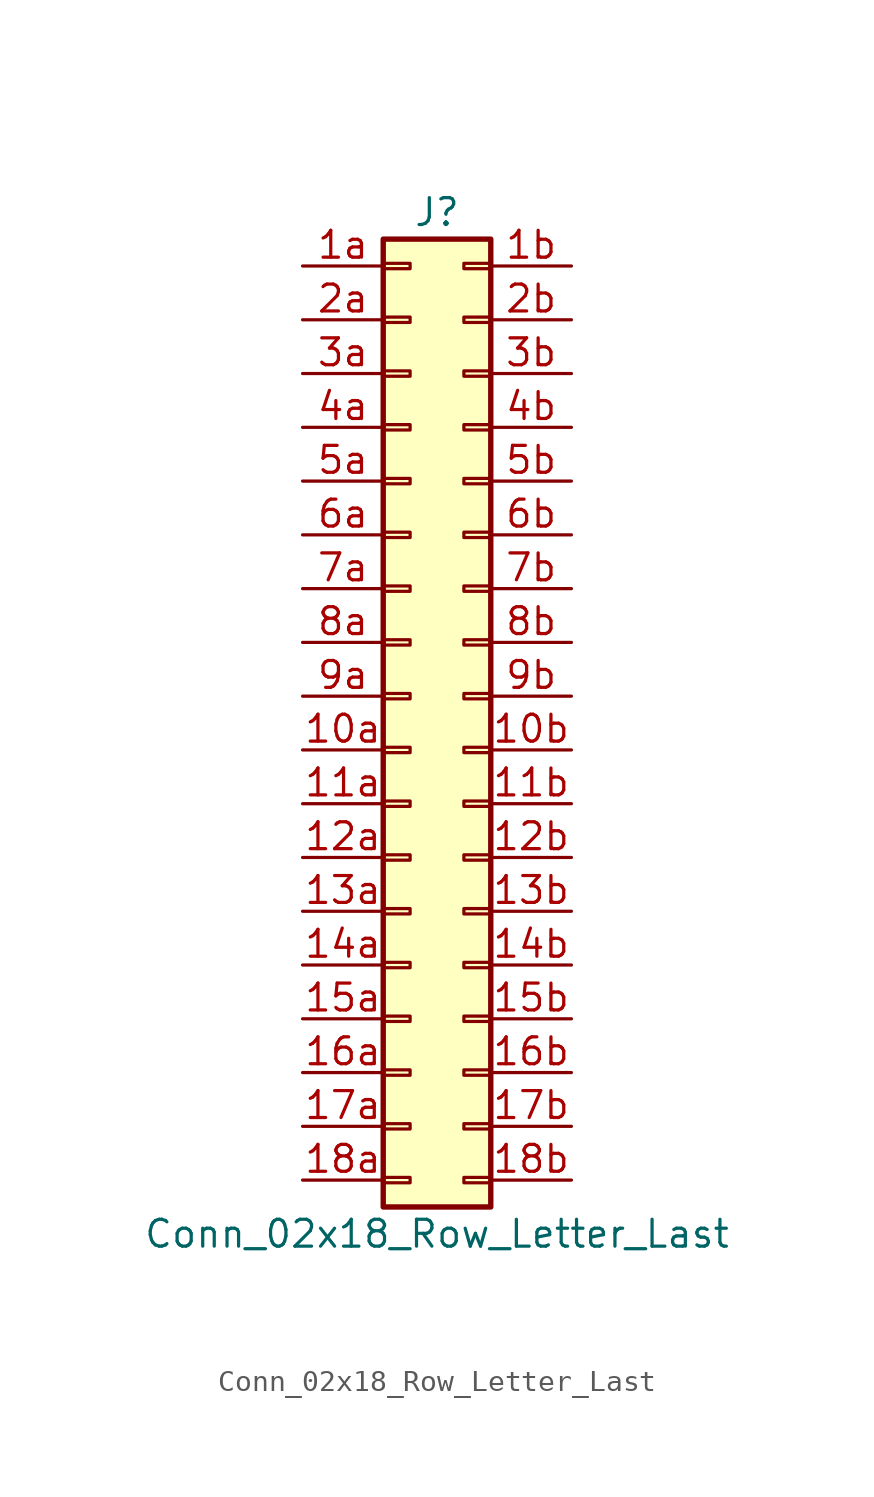
<source format=kicad_sym>
(kicad_symbol_lib
  (version 20211014)
  (generator kicad_symbol_editor)
  (symbol "Conn_02x18_Row_Letter_Last"
    (pin_names
      (offset 1.016) hide)
    (property "Reference" "J"
      (at 1.27 22.86 0)
      (effects (font (size 1.27 1.27))))
    (property "Value" "Conn_02x18_Row_Letter_Last"
      (at 1.27 -25.4 0)
      (effects (font (size 1.27 1.27))))
    (symbol "Conn_02x18_Row_Letter_Last_1_1"
      (rectangle (start -1.27 -22.733) (end 0 -22.987) (stroke (width 0.152) (type default) (color 0 0 0 0)) (fill (type none)))
      (rectangle (start -1.27 -20.193) (end 0 -20.447) (stroke (width 0.152) (type default) (color 0 0 0 0)) (fill (type none)))
      (rectangle (start -1.27 -17.653) (end 0 -17.907) (stroke (width 0.152) (type default) (color 0 0 0 0)) (fill (type none)))
      (rectangle (start -1.27 -15.113) (end 0 -15.367) (stroke (width 0.152) (type default) (color 0 0 0 0)) (fill (type none)))
      (rectangle (start -1.27 -12.573) (end 0 -12.827) (stroke (width 0.152) (type default) (color 0 0 0 0)) (fill (type none)))
      (rectangle (start -1.27 -10.033) (end 0 -10.287) (stroke (width 0.152) (type default) (color 0 0 0 0)) (fill (type none)))
      (rectangle (start -1.27 -7.493) (end 0 -7.747) (stroke (width 0.152) (type default) (color 0 0 0 0)) (fill (type none)))
      (rectangle (start -1.27 -4.953) (end 0 -5.207) (stroke (width 0.152) (type default) (color 0 0 0 0)) (fill (type none)))
      (rectangle (start -1.27 -2.413) (end 0 -2.667) (stroke (width 0.152) (type default) (color 0 0 0 0)) (fill (type none)))
      (rectangle (start -1.27 0.127) (end 0 -0.127) (stroke (width 0.152) (type default) (color 0 0 0 0)) (fill (type none)))
      (rectangle (start -1.27 2.667) (end 0 2.413) (stroke (width 0.152) (type default) (color 0 0 0 0)) (fill (type none)))
      (rectangle (start -1.27 5.207) (end 0 4.953) (stroke (width 0.152) (type default) (color 0 0 0 0)) (fill (type none)))
      (rectangle (start -1.27 7.747) (end 0 7.493) (stroke (width 0.152) (type default) (color 0 0 0 0)) (fill (type none)))
      (rectangle (start -1.27 10.287) (end 0 10.033) (stroke (width 0.152) (type default) (color 0 0 0 0)) (fill (type none)))
      (rectangle (start -1.27 12.827) (end 0 12.573) (stroke (width 0.152) (type default) (color 0 0 0 0)) (fill (type none)))
      (rectangle (start -1.27 15.367) (end 0 15.113) (stroke (width 0.152) (type default) (color 0 0 0 0)) (fill (type none)))
      (rectangle (start -1.27 17.907) (end 0 17.653) (stroke (width 0.152) (type default) (color 0 0 0 0)) (fill (type none)))
      (rectangle (start -1.27 20.447) (end 0 20.193) (stroke (width 0.152) (type default) (color 0 0 0 0)) (fill (type none)))
      (rectangle (start -1.27 21.59) (end 3.81 -24.13) (stroke (width 0.254) (type default) (color 0 0 0 0)) (fill (type background)))
      (rectangle (start 3.81 -22.733) (end 2.54 -22.987) (stroke (width 0.152) (type default) (color 0 0 0 0)) (fill (type none)))
      (rectangle (start 3.81 -20.193) (end 2.54 -20.447) (stroke (width 0.152) (type default) (color 0 0 0 0)) (fill (type none)))
      (rectangle (start 3.81 -17.653) (end 2.54 -17.907) (stroke (width 0.152) (type default) (color 0 0 0 0)) (fill (type none)))
      (rectangle (start 3.81 -15.113) (end 2.54 -15.367) (stroke (width 0.152) (type default) (color 0 0 0 0)) (fill (type none)))
      (rectangle (start 3.81 -12.573) (end 2.54 -12.827) (stroke (width 0.152) (type default) (color 0 0 0 0)) (fill (type none)))
      (rectangle (start 3.81 -10.033) (end 2.54 -10.287) (stroke (width 0.152) (type default) (color 0 0 0 0)) (fill (type none)))
      (rectangle (start 3.81 -7.493) (end 2.54 -7.747) (stroke (width 0.152) (type default) (color 0 0 0 0)) (fill (type none)))
      (rectangle (start 3.81 -4.953) (end 2.54 -5.207) (stroke (width 0.152) (type default) (color 0 0 0 0)) (fill (type none)))
      (rectangle (start 3.81 -2.413) (end 2.54 -2.667) (stroke (width 0.152) (type default) (color 0 0 0 0)) (fill (type none)))
      (rectangle (start 3.81 0.127) (end 2.54 -0.127) (stroke (width 0.152) (type default) (color 0 0 0 0)) (fill (type none)))
      (rectangle (start 3.81 2.667) (end 2.54 2.413) (stroke (width 0.152) (type default) (color 0 0 0 0)) (fill (type none)))
      (rectangle (start 3.81 5.207) (end 2.54 4.953) (stroke (width 0.152) (type default) (color 0 0 0 0)) (fill (type none)))
      (rectangle (start 3.81 7.747) (end 2.54 7.493) (stroke (width 0.152) (type default) (color 0 0 0 0)) (fill (type none)))
      (rectangle (start 3.81 10.287) (end 2.54 10.033) (stroke (width 0.152) (type default) (color 0 0 0 0)) (fill (type none)))
      (rectangle (start 3.81 12.827) (end 2.54 12.573) (stroke (width 0.152) (type default) (color 0 0 0 0)) (fill (type none)))
      (rectangle (start 3.81 15.367) (end 2.54 15.113) (stroke (width 0.152) (type default) (color 0 0 0 0)) (fill (type none)))
      (rectangle (start 3.81 17.907) (end 2.54 17.653) (stroke (width 0.152) (type default) (color 0 0 0 0)) (fill (type none)))
      (rectangle (start 3.81 20.447) (end 2.54 20.193) (stroke (width 0.152) (type default) (color 0 0 0 0)) (fill (type none)))
      (pin passive line (at -5.08 -2.54 0) (length 3.81) (name "Pin_10a" (effects (font (size 1.27 1.27)))) (number "10a" (effects (font (size 1.27 1.27)))))
      (pin passive line (at 7.62 -2.54 180) (length 3.81) (name "Pin_10b" (effects (font (size 1.27 1.27)))) (number "10b" (effects (font (size 1.27 1.27)))))
      (pin passive line (at -5.08 -5.08 0) (length 3.81) (name "Pin_11a" (effects (font (size 1.27 1.27)))) (number "11a" (effects (font (size 1.27 1.27)))))
      (pin passive line (at 7.62 -5.08 180) (length 3.81) (name "Pin_11b" (effects (font (size 1.27 1.27)))) (number "11b" (effects (font (size 1.27 1.27)))))
      (pin passive line (at -5.08 -7.62 0) (length 3.81) (name "Pin_12a" (effects (font (size 1.27 1.27)))) (number "12a" (effects (font (size 1.27 1.27)))))
      (pin passive line (at 7.62 -7.62 180) (length 3.81) (name "Pin_12b" (effects (font (size 1.27 1.27)))) (number "12b" (effects (font (size 1.27 1.27)))))
      (pin passive line (at -5.08 -10.16 0) (length 3.81) (name "Pin_13a" (effects (font (size 1.27 1.27)))) (number "13a" (effects (font (size 1.27 1.27)))))
      (pin passive line (at 7.62 -10.16 180) (length 3.81) (name "Pin_13b" (effects (font (size 1.27 1.27)))) (number "13b" (effects (font (size 1.27 1.27)))))
      (pin passive line (at -5.08 -12.7 0) (length 3.81) (name "Pin_14a" (effects (font (size 1.27 1.27)))) (number "14a" (effects (font (size 1.27 1.27)))))
      (pin passive line (at 7.62 -12.7 180) (length 3.81) (name "Pin_14b" (effects (font (size 1.27 1.27)))) (number "14b" (effects (font (size 1.27 1.27)))))
      (pin passive line (at -5.08 -15.24 0) (length 3.81) (name "Pin_15a" (effects (font (size 1.27 1.27)))) (number "15a" (effects (font (size 1.27 1.27)))))
      (pin passive line (at 7.62 -15.24 180) (length 3.81) (name "Pin_15b" (effects (font (size 1.27 1.27)))) (number "15b" (effects (font (size 1.27 1.27)))))
      (pin passive line (at -5.08 -17.78 0) (length 3.81) (name "Pin_16a" (effects (font (size 1.27 1.27)))) (number "16a" (effects (font (size 1.27 1.27)))))
      (pin passive line (at 7.62 -17.78 180) (length 3.81) (name "Pin_16b" (effects (font (size 1.27 1.27)))) (number "16b" (effects (font (size 1.27 1.27)))))
      (pin passive line (at -5.08 -20.32 0) (length 3.81) (name "Pin_17a" (effects (font (size 1.27 1.27)))) (number "17a" (effects (font (size 1.27 1.27)))))
      (pin passive line (at 7.62 -20.32 180) (length 3.81) (name "Pin_17b" (effects (font (size 1.27 1.27)))) (number "17b" (effects (font (size 1.27 1.27)))))
      (pin passive line (at -5.08 -22.86 0) (length 3.81) (name "Pin_18a" (effects (font (size 1.27 1.27)))) (number "18a" (effects (font (size 1.27 1.27)))))
      (pin passive line (at 7.62 -22.86 180) (length 3.81) (name "Pin_18b" (effects (font (size 1.27 1.27)))) (number "18b" (effects (font (size 1.27 1.27)))))
      (pin passive line (at -5.08 20.32 0) (length 3.81) (name "Pin_1a" (effects (font (size 1.27 1.27)))) (number "1a" (effects (font (size 1.27 1.27)))))
      (pin passive line (at 7.62 20.32 180) (length 3.81) (name "Pin_1b" (effects (font (size 1.27 1.27)))) (number "1b" (effects (font (size 1.27 1.27)))))
      (pin passive line (at -5.08 17.78 0) (length 3.81) (name "Pin_2a" (effects (font (size 1.27 1.27)))) (number "2a" (effects (font (size 1.27 1.27)))))
      (pin passive line (at 7.62 17.78 180) (length 3.81) (name "Pin_2b" (effects (font (size 1.27 1.27)))) (number "2b" (effects (font (size 1.27 1.27)))))
      (pin passive line (at -5.08 15.24 0) (length 3.81) (name "Pin_3a" (effects (font (size 1.27 1.27)))) (number "3a" (effects (font (size 1.27 1.27)))))
      (pin passive line (at 7.62 15.24 180) (length 3.81) (name "Pin_3b" (effects (font (size 1.27 1.27)))) (number "3b" (effects (font (size 1.27 1.27)))))
      (pin passive line (at -5.08 12.7 0) (length 3.81) (name "Pin_4a" (effects (font (size 1.27 1.27)))) (number "4a" (effects (font (size 1.27 1.27)))))
      (pin passive line (at 7.62 12.7 180) (length 3.81) (name "Pin_4b" (effects (font (size 1.27 1.27)))) (number "4b" (effects (font (size 1.27 1.27)))))
      (pin passive line (at -5.08 10.16 0) (length 3.81) (name "Pin_5a" (effects (font (size 1.27 1.27)))) (number "5a" (effects (font (size 1.27 1.27)))))
      (pin passive line (at 7.62 10.16 180) (length 3.81) (name "Pin_5b" (effects (font (size 1.27 1.27)))) (number "5b" (effects (font (size 1.27 1.27)))))
      (pin passive line (at -5.08 7.62 0) (length 3.81) (name "Pin_6a" (effects (font (size 1.27 1.27)))) (number "6a" (effects (font (size 1.27 1.27)))))
      (pin passive line (at 7.62 7.62 180) (length 3.81) (name "Pin_6b" (effects (font (size 1.27 1.27)))) (number "6b" (effects (font (size 1.27 1.27)))))
      (pin passive line (at -5.08 5.08 0) (length 3.81) (name "Pin_7a" (effects (font (size 1.27 1.27)))) (number "7a" (effects (font (size 1.27 1.27)))))
      (pin passive line (at 7.62 5.08 180) (length 3.81) (name "Pin_7b" (effects (font (size 1.27 1.27)))) (number "7b" (effects (font (size 1.27 1.27)))))
      (pin passive line (at -5.08 2.54 0) (length 3.81) (name "Pin_8a" (effects (font (size 1.27 1.27)))) (number "8a" (effects (font (size 1.27 1.27)))))
      (pin passive line (at 7.62 2.54 180) (length 3.81) (name "Pin_8b" (effects (font (size 1.27 1.27)))) (number "8b" (effects (font (size 1.27 1.27)))))
      (pin passive line (at -5.08 0 0) (length 3.81) (name "Pin_9a" (effects (font (size 1.27 1.27)))) (number "9a" (effects (font (size 1.27 1.27)))))
      (pin passive line (at 7.62 0 180) (length 3.81) (name "Pin_9b" (effects (font (size 1.27 1.27)))) (number "9b" (effects (font (size 1.27 1.27))))))))
</source>
